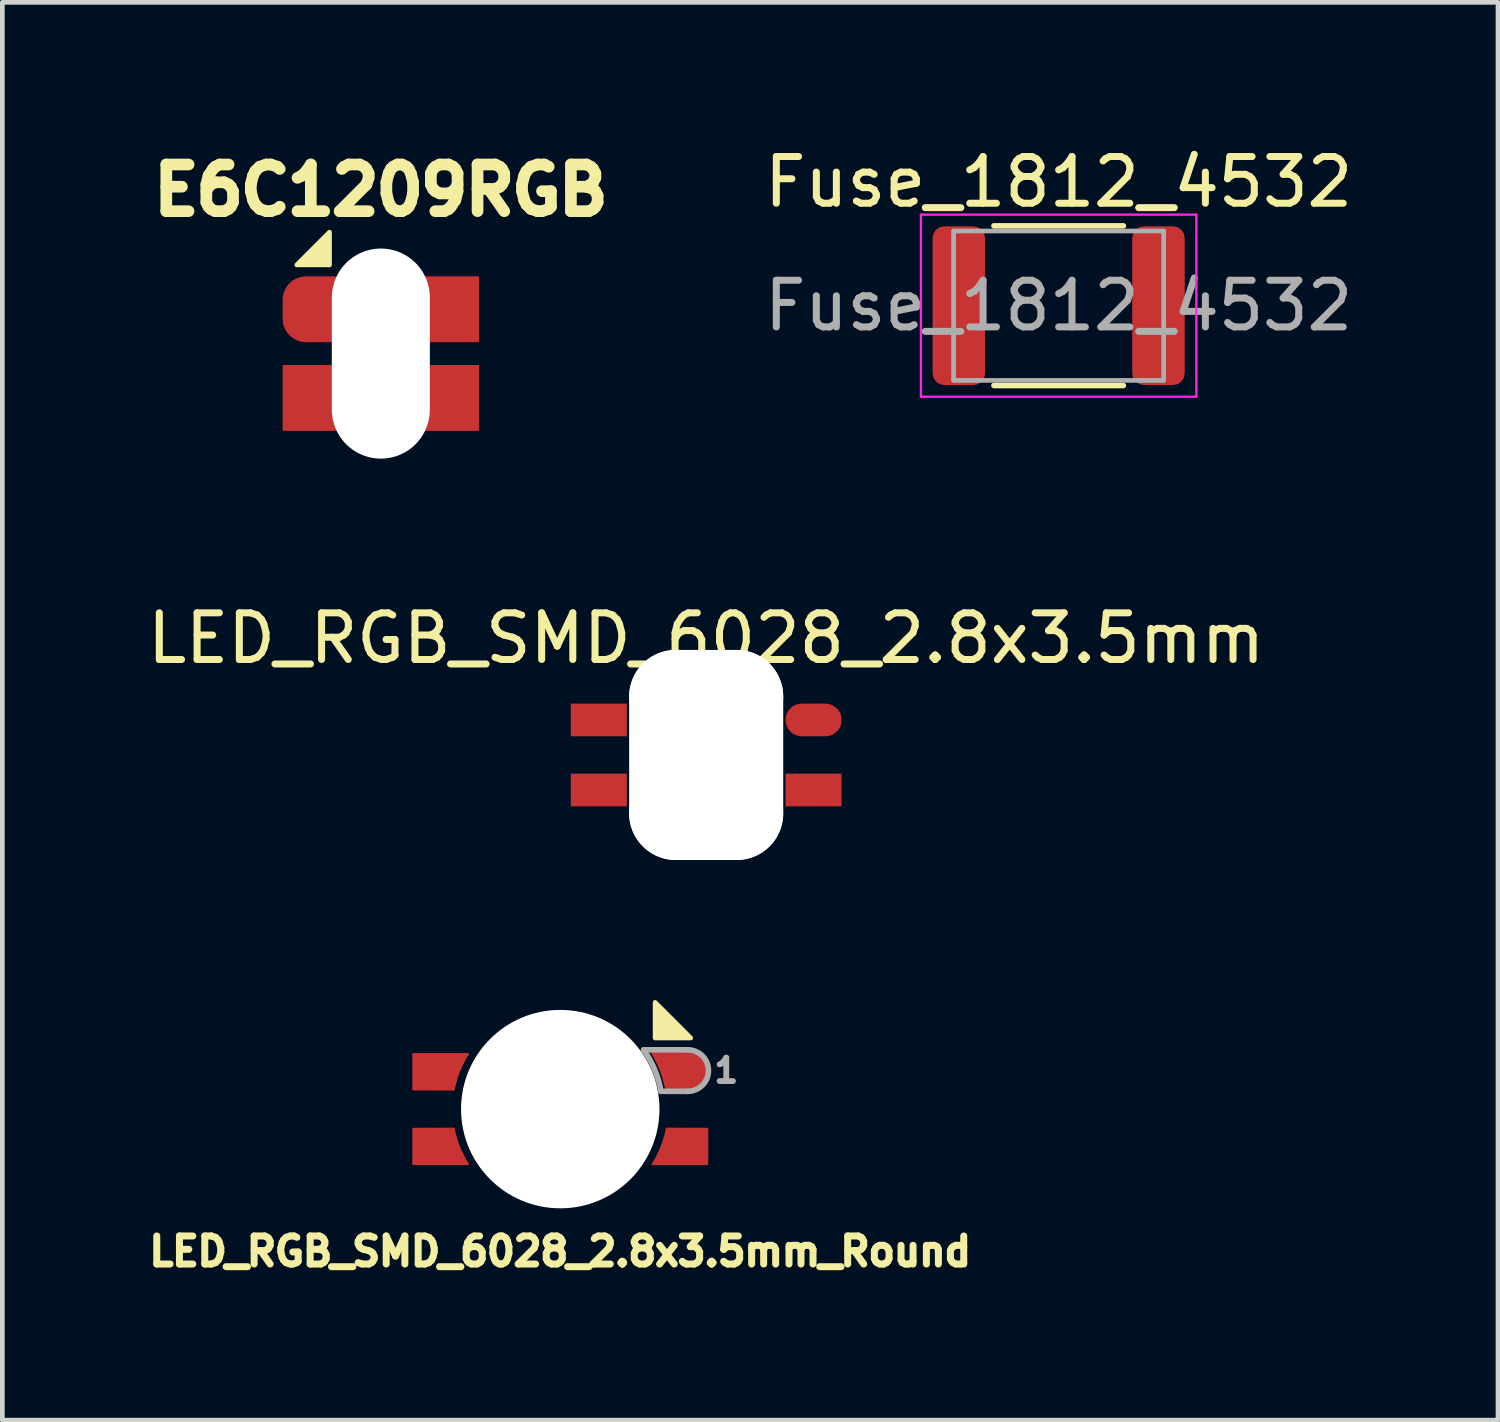
<source format=kicad_pcb>
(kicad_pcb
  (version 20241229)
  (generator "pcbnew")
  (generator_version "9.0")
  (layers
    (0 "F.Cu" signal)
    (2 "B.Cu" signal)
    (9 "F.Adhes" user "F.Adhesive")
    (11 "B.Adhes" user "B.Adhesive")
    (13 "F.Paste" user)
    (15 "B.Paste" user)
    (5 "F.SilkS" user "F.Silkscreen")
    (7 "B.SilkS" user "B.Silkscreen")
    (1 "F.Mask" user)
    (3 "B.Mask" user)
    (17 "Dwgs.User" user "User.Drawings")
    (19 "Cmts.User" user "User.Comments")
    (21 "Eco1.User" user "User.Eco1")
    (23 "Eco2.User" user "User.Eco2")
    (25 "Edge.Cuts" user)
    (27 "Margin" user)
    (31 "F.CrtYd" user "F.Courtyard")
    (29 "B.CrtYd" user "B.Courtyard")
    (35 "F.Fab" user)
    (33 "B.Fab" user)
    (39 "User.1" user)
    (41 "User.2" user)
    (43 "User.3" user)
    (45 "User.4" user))
  (footprint "LED_RGB_SMD_6028_2.8x3.5mm"
    (layer "F.Cu")
    (at 12.077 13.122)
    (property "Reference" "LED_RGB_SMD_6028_2.8x3.5mm" (at 0 -2.5 0) (layer "F.SilkS") (effects (font (size 1 1) (thickness 0.15))))
    (attr through_hole)
    (fp_line (start -1.6 -1.4) (end -1.6 1.4) (stroke (width 0.01) (type solid)) (layer "F.SilkS"))
    (fp_line (start -1.6 1.4) (end 1.6 1.4) (stroke (width 0.01) (type solid)) (layer "F.SilkS"))
    (fp_line (start 1.6 -1.4) (end -1.6 -1.4) (stroke (width 0.01) (type solid)) (layer "F.SilkS"))
    (fp_line (start 1.6 1.4) (end 1.6 -1.4) (stroke (width 0.01) (type solid)) (layer "F.SilkS"))
    (pad "" np_thru_hole oval (at -0.65 0 180) (size 2 4.5) (drill oval 2 4.5) (layers "*.Cu" "*.Mask"))
    (pad "" np_thru_hole oval (at 0 -1.25 90) (size 2 3.3) (drill oval 2 3.3) (layers "*.Cu" "*.Mask"))
    (pad "" np_thru_hole oval (at 0 1.25 90) (size 2 3.3) (drill oval 2 3.3) (layers "*.Cu" "*.Mask"))
    (pad "" np_thru_hole oval (at 0.65 0 180) (size 2 4.5) (drill oval 2 4.5) (layers "*.Cu" "*.Mask"))
    (pad "1" smd oval (at 2.3 -0.75 180) (size 1.2 0.7) (layers "F.Cu" "F.Mask" "F.Paste"))
    (pad "2" smd rect (at -2.3 -0.75 180) (size 1.2 0.7) (layers "F.Cu" "F.Mask" "F.Paste"))
    (pad "3" smd rect (at -2.3 0.75 180) (size 1.2 0.7) (layers "F.Cu" "F.Mask" "F.Paste"))
    (pad "4" smd rect (at 2.3 0.75 180) (size 1.2 0.7) (layers "F.Cu" "F.Mask" "F.Paste")))
  (footprint "LED_RGB_SMD_6028_2.8x3.5mm_Round"
    (layer "F.Cu")
    (at 8.951 20.708)
    (property "Reference" "LED_RGB_SMD_6028_2.8x3.5mm_Round" (at 0 3.048 0) (layer "F.SilkS") (effects (font (size 0.6 0.6) (thickness 0.15))))
    (attr smd)
    (fp_poly (pts (xy 2.794 -1.524) (xy 2.032 -1.524) (xy 2.032 -2.286)) (stroke (width 0.1) (type solid)) (fill yes) (layer "F.SilkS"))
    (fp_line (start 2.731 -1.27) (end 1.787 -1.27) (stroke (width 0.12) (type solid)) (layer "F.Fab"))
    (fp_line (start 2.731 -0.381) (end 2.159 -0.381) (stroke (width 0.12) (type solid)) (layer "F.Fab"))
    (fp_arc (start 1.786702 -1.270485) (mid 2.022359 -0.846464) (end 2.158999 -0.380999) (stroke (width 0.12) (type solid)) (layer "F.Fab"))
    (fp_arc (start 2.7305 -1.27) (mid 3.175 -0.8255) (end 2.7305 -0.381) (stroke (width 0.12) (type solid)) (layer "F.Fab"))
    (fp_text user "1" (at 3.556 -0.826 0) (layer "F.Fab") (effects (font (size 0.5 0.5) (thickness 0.125))))
    (pad "" np_thru_hole circle (at 0 0 180) (size 4.25 4.25) (drill 4.25) (layers "*.Cu" "*.Mask"))
    (pad "1" smd custom (at 2.55 -0.8) (size 0.5 0.5) (layers "F.Cu" "F.Mask" "F.Paste") (options (anchor circle)) (primitives (gr_poly (pts (xy -0.55 -0.4) (xy -0.45 -0.2) (xy -0.35 0.025) (xy -0.3 0.25) (xy -0.25 0.4) (xy 0.175 0.4) (xy 0.175 -0.4)) (width 0.04) (fill yes)) (gr_line (start -0.575 -0.4) (end 0.2 -0.4) (width 0.05)) (gr_arc (start -0.575704 -0.399073) (mid -0.388113 -0.01355) (end -0.275001 0.4) (width 0.05)) (gr_arc (start 0.2 -0.4) (mid 0.6 0) (end 0.2 0.4) (width 0.05)) (gr_circle (center 0.2 0) (end 0.4 0) (width 0.4) (fill no)) (gr_line (start -0.275 0.4) (end 0.2 0.4) (width 0.05))))
    (pad "2" smd custom (at -2.625 -0.8 180) (size 0.5 0.5) (layers "F.Cu" "F.Mask" "F.Paste") (options (anchor circle)) (primitives (gr_arc (start -0.346215 -0.380753) (mid -0.461984 0.014048) (end -0.65 0.38) (width 0.04)) (gr_line (start 0.525 -0.38) (end -0.346 -0.383) (width 0.04)) (gr_line (start 0.525 -0.38) (end 0.525 0.38) (width 0.04)) (gr_poly (pts (xy -0.325 -0.375) (xy 0.525 -0.375) (xy 0.525 0.375) (xy -0.625 0.375) (xy -0.425 -0.025)) (width 0.04) (fill yes)) (gr_line (start 0.525 0.38) (end -0.65 0.38) (width 0.04))))
    (pad "3" smd custom (at -2.625 0.8 180) (size 0.5 0.5) (layers "F.Cu" "F.Mask" "F.Paste") (options (anchor circle)) (primitives (gr_arc (start -0.65 -0.38) (mid -0.461984 -0.014048) (end -0.346215 0.380753) (width 0.04)) (gr_line (start 0.525 0.38) (end -0.346 0.383) (width 0.04)) (gr_line (start 0.525 0.38) (end 0.525 -0.38) (width 0.04)) (gr_poly (pts (xy -0.325 0.375) (xy 0.525 0.375) (xy 0.525 -0.375) (xy -0.625 -0.375) (xy -0.425 0.025)) (width 0.04) (fill yes)) (gr_line (start 0.525 -0.38) (end -0.65 -0.38) (width 0.04))))
    (pad "4" smd custom (at 2.625 0.8) (size 0.5 0.5) (layers "F.Cu" "F.Mask" "F.Paste") (options (anchor circle)) (primitives (gr_arc (start -0.346215 -0.380753) (mid -0.461984 0.014048) (end -0.65 0.38) (width 0.04)) (gr_line (start 0.525 -0.38) (end -0.346 -0.383) (width 0.04)) (gr_line (start 0.525 -0.38) (end 0.525 0.38) (width 0.04)) (gr_poly (pts (xy -0.325 -0.375) (xy 0.525 -0.375) (xy 0.525 0.375) (xy -0.625 0.375) (xy -0.425 -0.025)) (width 0.04) (fill yes)) (gr_line (start 0.525 0.38) (end -0.65 0.38) (width 0.04)))))
  (footprint "E6C1209RGB"
    (layer "F.Cu")
    (at 5.108 4.524)
    (property "Reference" "E6C1209RGB" (at 0 -3.5 0) (layer "F.SilkS") (effects (font (size 1 1) (thickness 0.25))))
    (attr through_hole)
    (fp_poly (pts (xy -1.8 -1.9) (xy -1.1 -1.9) (xy -1.1 -2.6)) (stroke (width 0.1) (type solid)) (fill yes) (layer "F.SilkS"))
    (pad "" np_thru_hole oval (at 0 0) (size 2.1 4.5) (drill oval 2.1 4.5) (layers "*.Cu" "*.Mask"))
    (pad "1" smd custom (at -1.6 -1) (size 1 1) (layers "F.Cu" "F.Mask" "F.Paste") (options (anchor circle)) (primitives (gr_poly (pts (xy 0.625 -0.649) (xy 0.628 -0.648) (xy 0.631 -0.648) (xy 0.635 -0.647) (xy 0.638 -0.647) (xy 0.642 -0.646) (xy 0.645 -0.646) (xy 0.647 -0.645) (xy 0.65 -0.645) (xy 0.651 -0.645) (xy 0.652 -0.645) (xy 0.652 -0.645) (xy 0.652 -0.644) (xy 0.651 -0.643) (xy 0.65 -0.641) (xy 0.649 -0.638) (xy 0.648 -0.636) (xy 0.647 -0.633) (xy 0.634 -0.603) (xy 0.621 -0.572) (xy 0.61 -0.541) (xy 0.6 -0.51) (xy 0.59 -0.478) (xy 0.582 -0.447) (xy 0.574 -0.415) (xy 0.568 -0.384) (xy 0.563 -0.352) (xy 0.558 -0.32) (xy 0.555 -0.288) (xy 0.554 -0.278) (xy 0.554 -0.276) (xy 0.554 -0.274) (xy 0.554 -0.272) (xy 0.553 -0.271) (xy 0.553 -0.269) (xy 0.553 -0.268) (xy 0.553 -0.266) (xy 0.553 -0.265) (xy 0.553 -0.263) (xy 0.553 -0.262) (xy 0.553 -0.26) (xy 0.553 -0.259) (xy 0.553 -0.257) (xy 0.552 -0.255) (xy 0.552 -0.253) (xy 0.552 -0.251) (xy 0.552 -0.249) (xy 0.552 -0.246) (xy 0.552 -0.243) (xy 0.552 -0.24) (xy 0.552 -0.237) (xy 0.552 -0.234) (xy 0.552 -0.23) (xy 0.552 -0.226) (xy 0.552 -0.221) (xy 0.552 -0.216) (xy 0.552 -0.211) (xy 0.552 -0.206) (xy 0.552 -0.2) (xy 0.552 -0.193) (xy 0.551 -0.186) (xy 0.551 -0.179) (xy 0.551 -0.171) (xy 0.551 -0.163) (xy 0.551 -0.154) (xy 0.551 -0.144) (xy 0.551 -0.134) (xy 0.551 -0.124) (xy 0.551 -0.113) (xy 0.551 -0.101) (xy 0.551 -0.088) (xy 0.551 -0.075) (xy 0.551 -0.061) (xy 0.551 -0.047) (xy 0.551 -0.031) (xy 0.551 -0.015) (xy 0.551 0.001) (xy 0.551 0.019) (xy 0.551 0.037) (xy 0.551 0.057) (xy 0.551 0.077) (xy 0.551 0.098) (xy 0.551 0.12) (xy 0.551 0.142) (xy 0.551 0.166) (xy 0.551 0.191) (xy 0.551 0.216) (xy 0.551 0.243) (xy 0.551 0.257) (xy 0.551 0.75) (xy 0.27 0.75) (xy 0.253 0.75) (xy 0.236 0.75) (xy 0.22 0.75) (xy 0.204 0.75) (xy 0.188 0.75) (xy 0.173 0.75) (xy 0.158 0.75) (xy 0.143 0.75) (xy 0.129 0.75) (xy 0.115 0.75) (xy 0.102 0.75) (xy 0.09 0.75) (xy 0.078 0.75) (xy 0.066 0.75) (xy 0.055 0.75) (xy 0.045 0.75) (xy 0.036 0.75) (xy 0.027 0.75) (xy 0.019 0.75) (xy 0.012 0.75) (xy 0.005 0.75) (xy -0.000392 0.75) (xy -0.005 0.75) (xy -0.009 0.75) (xy -0.012 0.75) (xy -0.014 0.75) (xy -0.015 0.75) (xy -0.015 0.75) (xy -0.038 0.748) (xy -0.06 0.746) (xy -0.082 0.743) (xy -0.104 0.739) (xy -0.126 0.734) (xy -0.147 0.728) (xy -0.168 0.721) (xy -0.189 0.713) (xy -0.21 0.704) (xy -0.229 0.694) (xy -0.249 0.683) (xy -0.268 0.672) (xy -0.287 0.659) (xy -0.305 0.646) (xy -0.31 0.642) (xy -0.326 0.629) (xy -0.342 0.615) (xy -0.357 0.6) (xy -0.371 0.585) (xy -0.381 0.573) (xy -0.395 0.556) (xy -0.408 0.538) (xy -0.421 0.52) (xy -0.432 0.501) (xy -0.443 0.481) (xy -0.453 0.461) (xy -0.461 0.441) (xy -0.469 0.421) (xy -0.476 0.4) (xy -0.48 0.388) (xy -0.484 0.373) (xy -0.487 0.358) (xy -0.49 0.343) (xy -0.493 0.328) (xy -0.495 0.312) (xy -0.497 0.296) (xy -0.498 0.282) (xy -0.498 0.281) (xy -0.498 0.278) (xy -0.498 0.275) (xy -0.498 0.271) (xy -0.498 0.266) (xy -0.498 0.26) (xy -0.498 0.254) (xy -0.498 0.246) (xy -0.499 0.238) (xy -0.499 0.23) (xy -0.499 0.221) (xy -0.499 0.211) (xy -0.499 0.201) (xy -0.499 0.19) (xy -0.499 0.178) (xy -0.499 0.167) (xy -0.499 0.155) (xy -0.499 0.142) (xy -0.499 0.13) (xy -0.499 0.117) (xy -0.499 0.104) (xy -0.499 0.09) (xy -0.499 0.077) (xy -0.499 0.064) (xy -0.499 0.05) (xy -0.499 0.037) (xy -0.499 0.023) (xy -0.499 0.01) (xy -0.499 -0.003) (xy -0.499 -0.016) (xy -0.499 -0.029) (xy -0.499 -0.042) (xy -0.499 -0.054) (xy -0.499 -0.066) (xy -0.499 -0.078) (xy -0.499 -0.089) (xy -0.499 -0.1) (xy -0.499 -0.11) (xy -0.499 -0.12) (xy -0.499 -0.129) (xy -0.499 -0.138) (xy -0.498 -0.146) (xy -0.498 -0.153) (xy -0.498 -0.16) (xy -0.498 -0.166) (xy -0.498 -0.171) (xy -0.498 -0.175) (xy -0.498 -0.178) (xy -0.498 -0.18) (xy -0.498 -0.181) (xy -0.496 -0.204) (xy -0.493 -0.225) (xy -0.49 -0.246) (xy -0.485 -0.267) (xy -0.48 -0.287) (xy -0.474 -0.307) (xy -0.467 -0.326) (xy -0.459 -0.346) (xy -0.45 -0.365) (xy -0.448 -0.371) (xy -0.439 -0.388) (xy -0.43 -0.404) (xy -0.421 -0.419) (xy -0.411 -0.434) (xy -0.4 -0.449) (xy -0.389 -0.463) (xy -0.378 -0.477) (xy -0.365 -0.49) (xy -0.352 -0.504) (xy -0.339 -0.517) (xy -0.325 -0.529) (xy -0.312 -0.54) (xy -0.294 -0.554) (xy -0.276 -0.567) (xy -0.257 -0.579) (xy -0.237 -0.59) (xy -0.217 -0.6) (xy -0.197 -0.609) (xy -0.176 -0.618) (xy -0.155 -0.625) (xy -0.134 -0.631) (xy -0.112 -0.637) (xy -0.09 -0.641) (xy -0.068 -0.645) (xy -0.046 -0.648) (xy -0.044 -0.648) (xy -0.043 -0.648) (xy -0.041 -0.648) (xy -0.04 -0.648) (xy -0.039 -0.648) (xy -0.037 -0.648) (xy -0.036 -0.648) (xy -0.034 -0.649) (xy -0.033 -0.649) (xy -0.031 -0.649) (xy -0.029 -0.649) (xy -0.027 -0.649) (xy -0.025 -0.649) (xy -0.022 -0.649) (xy -0.02 -0.649) (xy -0.017 -0.649) (xy -0.013 -0.649) (xy -0.01 -0.649) (xy -0.006 -0.649) (xy -0.001 -0.649) (xy 0.004 -0.649) (xy 0.009 -0.649) (xy 0.014 -0.649) (xy 0.021 -0.65) (xy 0.027 -0.65) (xy 0.034 -0.65) (xy 0.042 -0.65) (xy 0.05 -0.65) (xy 0.059 -0.65) (xy 0.069 -0.65) (xy 0.079 -0.65) (xy 0.09 -0.65) (xy 0.101 -0.65) (xy 0.113 -0.65) (xy 0.126 -0.65) (xy 0.14 -0.65) (xy 0.155 -0.65) (xy 0.17 -0.65) (xy 0.186 -0.65) (xy 0.203 -0.65) (xy 0.221 -0.65) (xy 0.24 -0.65) (xy 0.616 -0.65) (xy 0.625 -0.649)) (width 0.01) (fill yes))))
    (pad "2" smd custom (at 1.6 -1) (size 1 1) (layers "F.Cu" "F.Mask" "F.Paste") (options (anchor circle)) (primitives (gr_poly (pts (xy 0.499 0.75) (xy -0.551 0.75) (xy -0.551 0.257) (xy -0.551 0.229) (xy -0.551 0.201) (xy -0.551 0.175) (xy -0.551 0.149) (xy -0.551 0.125) (xy -0.551 0.101) (xy -0.551 0.078) (xy -0.551 0.056) (xy -0.551 0.035) (xy -0.551 0.015) (xy -0.551 -0.004) (xy -0.551 -0.022) (xy -0.551 -0.04) (xy -0.551 -0.056) (xy -0.551 -0.072) (xy -0.551 -0.087) (xy -0.551 -0.102) (xy -0.551 -0.115) (xy -0.551 -0.128) (xy -0.551 -0.14) (xy -0.551 -0.151) (xy -0.551 -0.162) (xy -0.551 -0.171) (xy -0.552 -0.181) (xy -0.552 -0.189) (xy -0.552 -0.197) (xy -0.552 -0.204) (xy -0.552 -0.211) (xy -0.552 -0.217) (xy -0.552 -0.222) (xy -0.552 -0.227) (xy -0.552 -0.231) (xy -0.552 -0.235) (xy -0.552 -0.238) (xy -0.552 -0.24) (xy -0.552 -0.242) (xy -0.552 -0.244) (xy -0.552 -0.245) (xy -0.552 -0.245) (xy -0.552 -0.249) (xy -0.552 -0.253) (xy -0.553 -0.257) (xy -0.553 -0.262) (xy -0.553 -0.267) (xy -0.554 -0.27) (xy -0.556 -0.302) (xy -0.56 -0.334) (xy -0.565 -0.365) (xy -0.571 -0.397) (xy -0.577 -0.428) (xy -0.585 -0.459) (xy -0.594 -0.49) (xy -0.604 -0.522) (xy -0.615 -0.552) (xy -0.626 -0.583) (xy -0.639 -0.614) (xy -0.647 -0.632) (xy -0.648 -0.635) (xy -0.65 -0.638) (xy -0.651 -0.641) (xy -0.652 -0.643) (xy -0.653 -0.645) (xy -0.654 -0.646) (xy -0.654 -0.648) (xy -0.655 -0.649) (xy -0.655 -0.649) (xy -0.655 -0.649) (xy -0.653 -0.649) (xy -0.651 -0.65) (xy -0.648 -0.65) (xy -0.644 -0.65) (xy -0.639 -0.65) (xy -0.634 -0.65) (xy -0.627 -0.65) (xy -0.619 -0.65) (xy -0.611 -0.65) (xy -0.602 -0.65) (xy -0.591 -0.65) (xy -0.58 -0.65) (xy -0.568 -0.65) (xy -0.555 -0.65) (xy -0.541 -0.65) (xy -0.526 -0.65) (xy -0.51 -0.65) (xy -0.494 -0.65) (xy -0.476 -0.65) (xy -0.457 -0.65) (xy -0.438 -0.65) (xy -0.417 -0.65) (xy -0.395 -0.65) (xy -0.373 -0.65) (xy -0.349 -0.65) (xy -0.325 -0.65) (xy -0.3 -0.65) (xy -0.273 -0.65) (xy -0.246 -0.65) (xy -0.217 -0.65) (xy -0.188 -0.65) (xy -0.157 -0.65) (xy -0.126 -0.65) (xy 0.499 -0.65) (xy 0.499 0.75)) (width 0.01) (fill yes))))
    (pad "3" smd custom (at -1.6 1) (size 1 1) (layers "F.Cu" "F.Mask" "F.Paste") (options (anchor circle)) (primitives (gr_poly (pts (xy 0.551 -0.257) (xy 0.551 -0.228) (xy 0.551 -0.2) (xy 0.551 -0.173) (xy 0.551 -0.147) (xy 0.551 -0.122) (xy 0.551 -0.098) (xy 0.551 -0.074) (xy 0.551 -0.052) (xy 0.551 -0.031) (xy 0.551 -0.01) (xy 0.551 0.009) (xy 0.551 0.028) (xy 0.551 0.046) (xy 0.551 0.062) (xy 0.551 0.079) (xy 0.551 0.094) (xy 0.551 0.108) (xy 0.551 0.122) (xy 0.551 0.135) (xy 0.551 0.147) (xy 0.551 0.158) (xy 0.551 0.169) (xy 0.552 0.179) (xy 0.552 0.188) (xy 0.552 0.196) (xy 0.552 0.204) (xy 0.552 0.211) (xy 0.552 0.217) (xy 0.552 0.223) (xy 0.552 0.228) (xy 0.552 0.232) (xy 0.552 0.236) (xy 0.552 0.239) (xy 0.552 0.241) (xy 0.552 0.243) (xy 0.552 0.245) (xy 0.552 0.245) (xy 0.552 0.249) (xy 0.552 0.254) (xy 0.553 0.258) (xy 0.553 0.262) (xy 0.553 0.263) (xy 0.555 0.294) (xy 0.559 0.325) (xy 0.563 0.356) (xy 0.569 0.387) (xy 0.575 0.418) (xy 0.583 0.449) (xy 0.591 0.48) (xy 0.6 0.511) (xy 0.61 0.541) (xy 0.621 0.571) (xy 0.633 0.601) (xy 0.646 0.631) (xy 0.651 0.641) (xy 0.653 0.644) (xy 0.654 0.646) (xy 0.654 0.648) (xy 0.655 0.649) (xy 0.655 0.65) (xy 0.655 0.65) (xy 0.653 0.65) (xy 0.651 0.65) (xy 0.647 0.65) (xy 0.643 0.65) (xy 0.638 0.65) (xy 0.631 0.65) (xy 0.624 0.65) (xy 0.616 0.65) (xy 0.608 0.65) (xy 0.598 0.65) (xy 0.588 0.65) (xy 0.577 0.65) (xy 0.565 0.65) (xy 0.552 0.65) (xy 0.539 0.65) (xy 0.525 0.65) (xy 0.51 0.65) (xy 0.495 0.65) (xy 0.479 0.65) (xy 0.462 0.65) (xy 0.445 0.65) (xy 0.427 0.65) (xy 0.409 0.65) (xy 0.39 0.65) (xy 0.371 0.65) (xy 0.351 0.65) (xy 0.331 0.65) (xy 0.31 0.65) (xy 0.289 0.65) (xy 0.267 0.65) (xy 0.245 0.65) (xy 0.223 0.65) (xy 0.2 0.65) (xy 0.177 0.65) (xy 0.154 0.65) (xy 0.13 0.65) (xy 0.106 0.65) (xy 0.082 0.65) (xy 0.078 0.65) (xy -0.499 0.65) (xy -0.499 -0.75) (xy 0.551 -0.75) (xy 0.551 -0.257)) (width 0.01) (fill yes))))
    (pad "4" smd custom (at 1.6 1) (size 1 1) (layers "F.Cu" "F.Mask" "F.Paste") (options (anchor circle)) (primitives (gr_poly (pts (xy 0.499 0.65) (xy -0.078 0.65) (xy -0.102 0.65) (xy -0.126 0.65) (xy -0.15 0.65) (xy -0.173 0.65) (xy -0.196 0.65) (xy -0.219 0.65) (xy -0.242 0.65) (xy -0.264 0.65) (xy -0.285 0.65) (xy -0.307 0.65) (xy -0.327 0.65) (xy -0.348 0.65) (xy -0.368 0.65) (xy -0.387 0.65) (xy -0.406 0.65) (xy -0.424 0.65) (xy -0.442 0.65) (xy -0.46 0.65) (xy -0.476 0.65) (xy -0.492 0.65) (xy -0.508 0.65) (xy -0.523 0.65) (xy -0.537 0.65) (xy -0.55 0.65) (xy -0.563 0.65) (xy -0.575 0.65) (xy -0.586 0.65) (xy -0.597 0.65) (xy -0.606 0.65) (xy -0.615 0.65) (xy -0.623 0.65) (xy -0.63 0.65) (xy -0.637 0.65) (xy -0.642 0.65) (xy -0.647 0.65) (xy -0.65 0.65) (xy -0.653 0.65) (xy -0.654 0.65) (xy -0.655 0.65) (xy -0.655 0.65) (xy -0.655 0.649) (xy -0.654 0.648) (xy -0.654 0.646) (xy -0.652 0.644) (xy -0.652 0.642) (xy -0.639 0.613) (xy -0.626 0.583) (xy -0.615 0.554) (xy -0.604 0.524) (xy -0.595 0.493) (xy -0.586 0.463) (xy -0.578 0.433) (xy -0.572 0.402) (xy -0.566 0.372) (xy -0.565 0.366) (xy -0.563 0.355) (xy -0.562 0.345) (xy -0.56 0.334) (xy -0.559 0.324) (xy -0.558 0.314) (xy -0.556 0.304) (xy -0.555 0.293) (xy -0.554 0.282) (xy -0.554 0.27) (xy -0.553 0.257) (xy -0.552 0.245) (xy -0.552 0.244) (xy -0.552 0.243) (xy -0.552 0.241) (xy -0.552 0.239) (xy -0.552 0.236) (xy -0.552 0.232) (xy -0.552 0.228) (xy -0.552 0.224) (xy -0.552 0.219) (xy -0.552 0.213) (xy -0.552 0.206) (xy -0.552 0.199) (xy -0.552 0.192) (xy -0.552 0.183) (xy -0.551 0.174) (xy -0.551 0.164) (xy -0.551 0.154) (xy -0.551 0.143) (xy -0.551 0.131) (xy -0.551 0.118) (xy -0.551 0.105) (xy -0.551 0.091) (xy -0.551 0.076) (xy -0.551 0.06) (xy -0.551 0.043) (xy -0.551 0.026) (xy -0.551 0.008) (xy -0.551 -0.011) (xy -0.551 -0.031) (xy -0.551 -0.052) (xy -0.551 -0.074) (xy -0.551 -0.097) (xy -0.551 -0.121) (xy -0.551 -0.145) (xy -0.551 -0.171) (xy -0.551 -0.197) (xy -0.551 -0.225) (xy -0.551 -0.253) (xy -0.551 -0.257) (xy -0.551 -0.75) (xy 0.499 -0.75) (xy 0.499 0.65)) (width 0.01) (fill yes)))))
  (footprint "Fuse_1812_4532"
    (layer "F.Cu")
    (at 19.627 3.498)
    (property "Reference" "Fuse_1812_4532" (at 0 -2.65 0) (layer "F.SilkS") (effects (font (size 1 1) (thickness 0.15))))
    (attr smd)
    (fp_line (start -1.386 -1.71) (end 1.386 -1.71) (stroke (width 0.12) (type solid)) (layer "F.SilkS"))
    (fp_line (start -1.386 1.71) (end 1.386 1.71) (stroke (width 0.12) (type solid)) (layer "F.SilkS"))
    (fp_line (start -2.95 -1.95) (end 2.95 -1.95) (stroke (width 0.05) (type solid)) (layer "F.CrtYd"))
    (fp_line (start -2.95 1.95) (end -2.95 -1.95) (stroke (width 0.05) (type solid)) (layer "F.CrtYd"))
    (fp_line (start 2.95 -1.95) (end 2.95 1.95) (stroke (width 0.05) (type solid)) (layer "F.CrtYd"))
    (fp_line (start 2.95 1.95) (end -2.95 1.95) (stroke (width 0.05) (type solid)) (layer "F.CrtYd"))
    (fp_line (start -2.25 -1.6) (end 2.25 -1.6) (stroke (width 0.1) (type solid)) (layer "F.Fab"))
    (fp_line (start -2.25 1.6) (end -2.25 -1.6) (stroke (width 0.1) (type solid)) (layer "F.Fab"))
    (fp_line (start 2.25 -1.6) (end 2.25 1.6) (stroke (width 0.1) (type solid)) (layer "F.Fab"))
    (fp_line (start 2.25 1.6) (end -2.25 1.6) (stroke (width 0.1) (type solid)) (layer "F.Fab"))
    (fp_text user "${REFERENCE}" (at 0 0 0) (layer "F.Fab") (effects (font (size 1 1) (thickness 0.15))))
    (pad "1" smd roundrect (at -2.138 0) (size 1.125 3.4) (layers "F.Cu" "F.Mask" "F.Paste") (roundrect_rratio 0.222))
    (pad "2" smd roundrect (at 2.138 0) (size 1.125 3.4) (layers "F.Cu" "F.Mask" "F.Paste") (roundrect_rratio 0.222)))
  (gr_rect
    (start -3 -3)
    (end 29.038 27.37)
    (stroke (width 0.1) (type default))
    (fill no)
    (layer "Edge.Cuts")))
</source>
